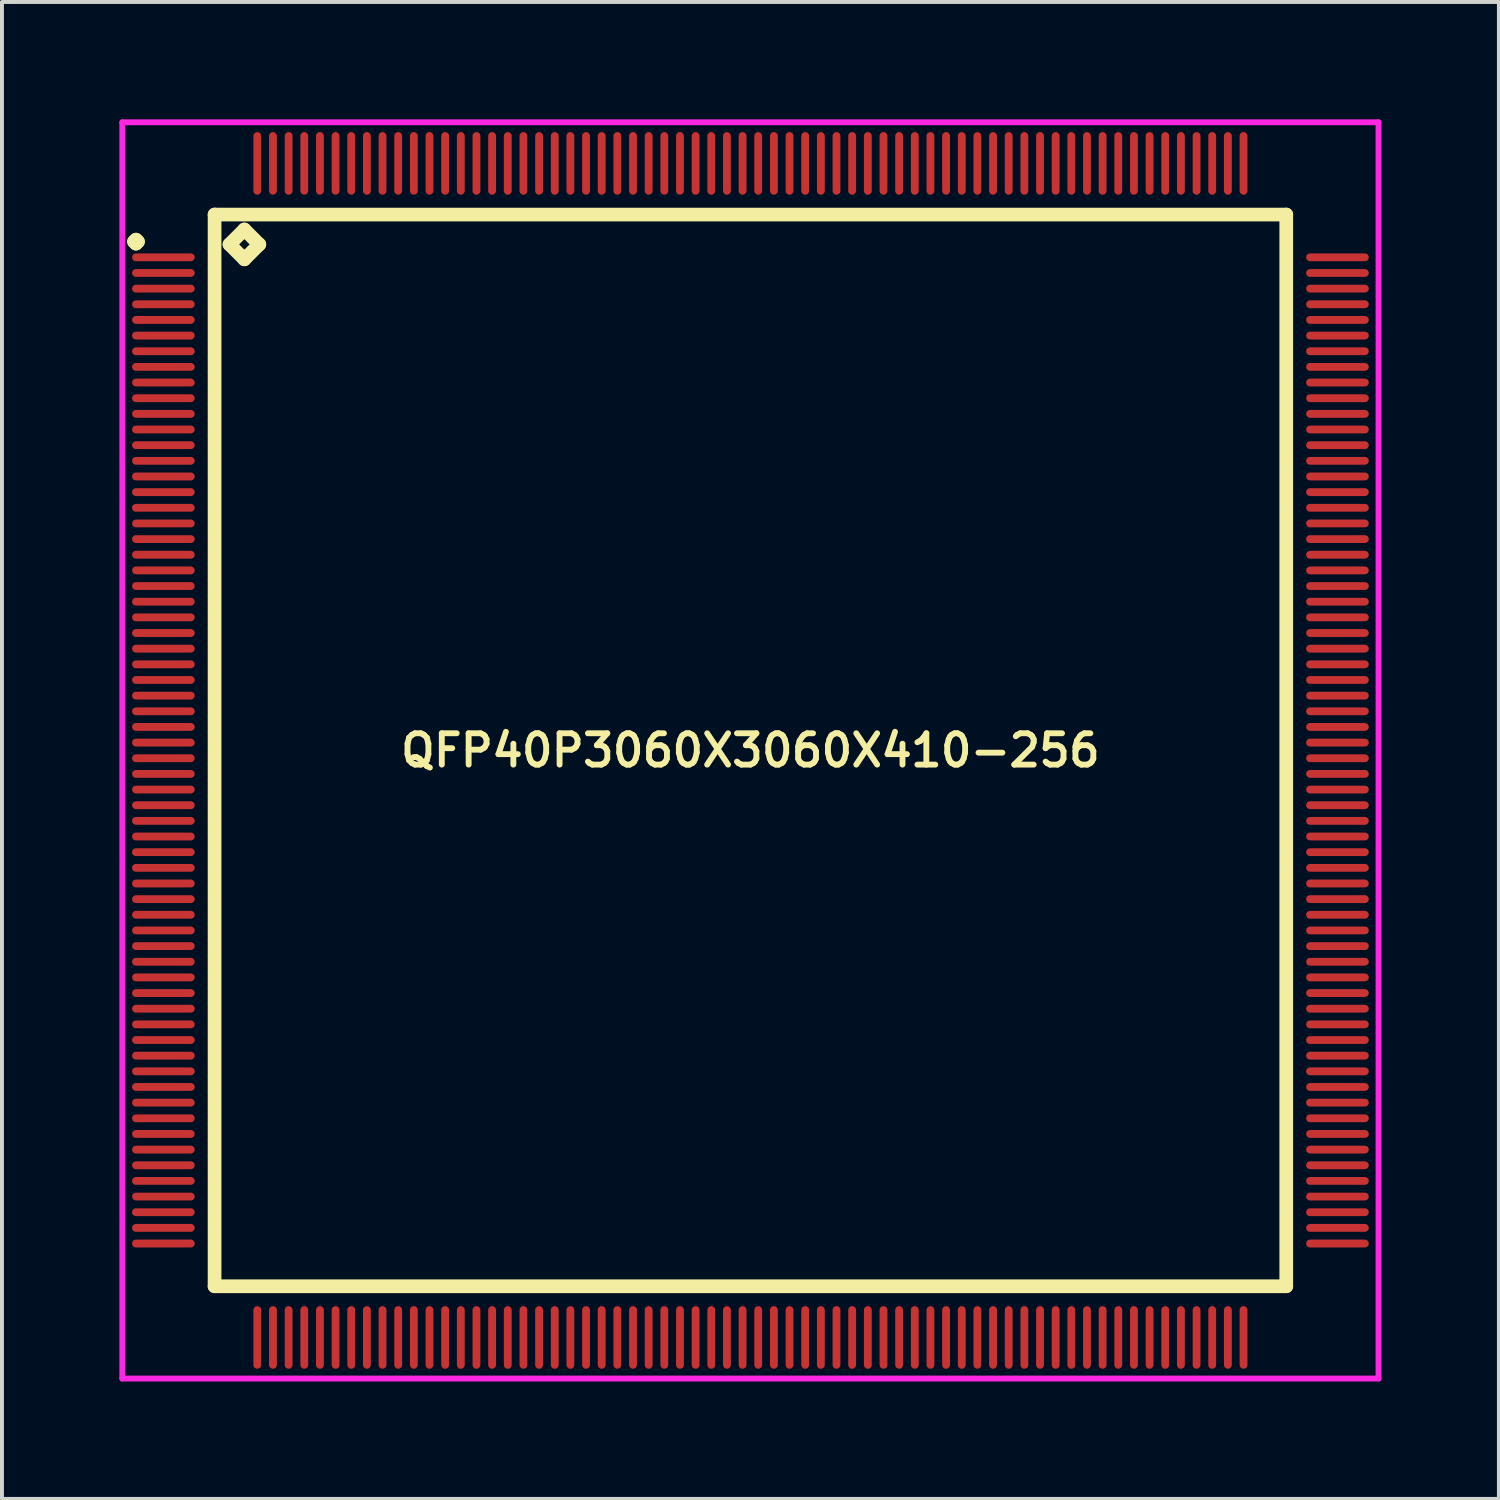
<source format=kicad_pcb>
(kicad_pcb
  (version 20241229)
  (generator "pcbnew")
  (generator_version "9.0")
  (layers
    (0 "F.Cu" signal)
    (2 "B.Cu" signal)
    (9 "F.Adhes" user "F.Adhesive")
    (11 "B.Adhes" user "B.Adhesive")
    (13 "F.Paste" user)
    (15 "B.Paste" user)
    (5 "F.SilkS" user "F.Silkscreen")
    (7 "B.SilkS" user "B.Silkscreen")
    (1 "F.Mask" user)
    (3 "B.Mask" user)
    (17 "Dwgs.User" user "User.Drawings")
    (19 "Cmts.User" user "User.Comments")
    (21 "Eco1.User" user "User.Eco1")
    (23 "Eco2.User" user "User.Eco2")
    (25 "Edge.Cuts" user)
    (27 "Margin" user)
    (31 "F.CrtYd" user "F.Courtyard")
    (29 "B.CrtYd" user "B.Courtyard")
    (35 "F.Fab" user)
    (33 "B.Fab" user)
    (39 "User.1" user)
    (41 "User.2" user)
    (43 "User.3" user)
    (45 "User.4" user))
  (footprint "QFP40P3060X3060X410-256"
    (layer "F.Cu")
    (at 16.125 16.125)
    (property "Reference" "QFP40P3060X3060X410-256" (at 0 0 0) (layer "F.SilkS") (effects (font (size 0.8 0.8) (thickness 0.15))))
    (attr smd)
    (fp_line (start -15.75 -13) (end -15.7 -13.05) (stroke (width 0.35) (type solid)) (layer "F.SilkS"))
    (fp_line (start -15.7 -13.05) (end -15.65 -13) (stroke (width 0.35) (type solid)) (layer "F.SilkS"))
    (fp_line (start -15.7 -12.95) (end -15.75 -13) (stroke (width 0.35) (type solid)) (layer "F.SilkS"))
    (fp_line (start -15.65 -13) (end -15.7 -12.95) (stroke (width 0.35) (type solid)) (layer "F.SilkS"))
    (fp_line (start -13.692 -13.692) (end -13.692 13.692) (stroke (width 0.35) (type solid)) (layer "F.SilkS"))
    (fp_line (start -13.692 13.692) (end 13.692 13.692) (stroke (width 0.35) (type solid)) (layer "F.SilkS"))
    (fp_line (start -13.311 -12.93) (end -12.93 -13.311) (stroke (width 0.35) (type solid)) (layer "F.SilkS"))
    (fp_line (start -12.93 -13.311) (end -12.549 -12.93) (stroke (width 0.35) (type solid)) (layer "F.SilkS"))
    (fp_line (start -12.93 -12.549) (end -13.311 -12.93) (stroke (width 0.35) (type solid)) (layer "F.SilkS"))
    (fp_line (start -12.549 -12.93) (end -12.93 -12.549) (stroke (width 0.35) (type solid)) (layer "F.SilkS"))
    (fp_line (start 13.692 -13.692) (end -13.692 -13.692) (stroke (width 0.35) (type solid)) (layer "F.SilkS"))
    (fp_line (start 13.692 13.692) (end 13.692 -13.692) (stroke (width 0.35) (type solid)) (layer "F.SilkS"))
    (fp_line (start -16.05 -16.05) (end 16.05 -16.05) (stroke (width 0.15) (type solid)) (layer "F.CrtYd"))
    (fp_line (start -16.05 16.05) (end -16.05 -16.05) (stroke (width 0.15) (type solid)) (layer "F.CrtYd"))
    (fp_line (start 16.05 -16.05) (end 16.05 16.05) (stroke (width 0.15) (type solid)) (layer "F.CrtYd"))
    (fp_line (start 16.05 16.05) (end -16.05 16.05) (stroke (width 0.15) (type solid)) (layer "F.CrtYd"))
    (pad "1" smd oval (at -15 -12.6) (size 1.6 0.2) (layers "F.Cu" "F.Mask" "F.Paste"))
    (pad "2" smd oval (at -15 -12.2) (size 1.6 0.2) (layers "F.Cu" "F.Mask" "F.Paste"))
    (pad "3" smd oval (at -15 -11.8) (size 1.6 0.2) (layers "F.Cu" "F.Mask" "F.Paste"))
    (pad "4" smd oval (at -15 -11.4) (size 1.6 0.2) (layers "F.Cu" "F.Mask" "F.Paste"))
    (pad "5" smd oval (at -15 -11) (size 1.6 0.2) (layers "F.Cu" "F.Mask" "F.Paste"))
    (pad "6" smd oval (at -15 -10.6) (size 1.6 0.2) (layers "F.Cu" "F.Mask" "F.Paste"))
    (pad "7" smd oval (at -15 -10.2) (size 1.6 0.2) (layers "F.Cu" "F.Mask" "F.Paste"))
    (pad "8" smd oval (at -15 -9.8) (size 1.6 0.2) (layers "F.Cu" "F.Mask" "F.Paste"))
    (pad "9" smd oval (at -15 -9.4) (size 1.6 0.2) (layers "F.Cu" "F.Mask" "F.Paste"))
    (pad "10" smd oval (at -15 -9) (size 1.6 0.2) (layers "F.Cu" "F.Mask" "F.Paste"))
    (pad "11" smd oval (at -15 -8.6) (size 1.6 0.2) (layers "F.Cu" "F.Mask" "F.Paste"))
    (pad "12" smd oval (at -15 -8.2) (size 1.6 0.2) (layers "F.Cu" "F.Mask" "F.Paste"))
    (pad "13" smd oval (at -15 -7.8) (size 1.6 0.2) (layers "F.Cu" "F.Mask" "F.Paste"))
    (pad "14" smd oval (at -15 -7.4) (size 1.6 0.2) (layers "F.Cu" "F.Mask" "F.Paste"))
    (pad "15" smd oval (at -15 -7) (size 1.6 0.2) (layers "F.Cu" "F.Mask" "F.Paste"))
    (pad "16" smd oval (at -15 -6.6) (size 1.6 0.2) (layers "F.Cu" "F.Mask" "F.Paste"))
    (pad "17" smd oval (at -15 -6.2) (size 1.6 0.2) (layers "F.Cu" "F.Mask" "F.Paste"))
    (pad "18" smd oval (at -15 -5.8) (size 1.6 0.2) (layers "F.Cu" "F.Mask" "F.Paste"))
    (pad "19" smd oval (at -15 -5.4) (size 1.6 0.2) (layers "F.Cu" "F.Mask" "F.Paste"))
    (pad "20" smd oval (at -15 -5) (size 1.6 0.2) (layers "F.Cu" "F.Mask" "F.Paste"))
    (pad "21" smd oval (at -15 -4.6) (size 1.6 0.2) (layers "F.Cu" "F.Mask" "F.Paste"))
    (pad "22" smd oval (at -15 -4.2) (size 1.6 0.2) (layers "F.Cu" "F.Mask" "F.Paste"))
    (pad "23" smd oval (at -15 -3.8) (size 1.6 0.2) (layers "F.Cu" "F.Mask" "F.Paste"))
    (pad "24" smd oval (at -15 -3.4) (size 1.6 0.2) (layers "F.Cu" "F.Mask" "F.Paste"))
    (pad "25" smd oval (at -15 -3) (size 1.6 0.2) (layers "F.Cu" "F.Mask" "F.Paste"))
    (pad "26" smd oval (at -15 -2.6) (size 1.6 0.2) (layers "F.Cu" "F.Mask" "F.Paste"))
    (pad "27" smd oval (at -15 -2.2) (size 1.6 0.2) (layers "F.Cu" "F.Mask" "F.Paste"))
    (pad "28" smd oval (at -15 -1.8) (size 1.6 0.2) (layers "F.Cu" "F.Mask" "F.Paste"))
    (pad "29" smd oval (at -15 -1.4) (size 1.6 0.2) (layers "F.Cu" "F.Mask" "F.Paste"))
    (pad "30" smd oval (at -15 -1) (size 1.6 0.2) (layers "F.Cu" "F.Mask" "F.Paste"))
    (pad "31" smd oval (at -15 -0.6) (size 1.6 0.2) (layers "F.Cu" "F.Mask" "F.Paste"))
    (pad "32" smd oval (at -15 -0.2) (size 1.6 0.2) (layers "F.Cu" "F.Mask" "F.Paste"))
    (pad "33" smd oval (at -15 0.2) (size 1.6 0.2) (layers "F.Cu" "F.Mask" "F.Paste"))
    (pad "34" smd oval (at -15 0.6) (size 1.6 0.2) (layers "F.Cu" "F.Mask" "F.Paste"))
    (pad "35" smd oval (at -15 1) (size 1.6 0.2) (layers "F.Cu" "F.Mask" "F.Paste"))
    (pad "36" smd oval (at -15 1.4) (size 1.6 0.2) (layers "F.Cu" "F.Mask" "F.Paste"))
    (pad "37" smd oval (at -15 1.8) (size 1.6 0.2) (layers "F.Cu" "F.Mask" "F.Paste"))
    (pad "38" smd oval (at -15 2.2) (size 1.6 0.2) (layers "F.Cu" "F.Mask" "F.Paste"))
    (pad "39" smd oval (at -15 2.6) (size 1.6 0.2) (layers "F.Cu" "F.Mask" "F.Paste"))
    (pad "40" smd oval (at -15 3) (size 1.6 0.2) (layers "F.Cu" "F.Mask" "F.Paste"))
    (pad "41" smd oval (at -15 3.4) (size 1.6 0.2) (layers "F.Cu" "F.Mask" "F.Paste"))
    (pad "42" smd oval (at -15 3.8) (size 1.6 0.2) (layers "F.Cu" "F.Mask" "F.Paste"))
    (pad "43" smd oval (at -15 4.2) (size 1.6 0.2) (layers "F.Cu" "F.Mask" "F.Paste"))
    (pad "44" smd oval (at -15 4.6) (size 1.6 0.2) (layers "F.Cu" "F.Mask" "F.Paste"))
    (pad "45" smd oval (at -15 5) (size 1.6 0.2) (layers "F.Cu" "F.Mask" "F.Paste"))
    (pad "46" smd oval (at -15 5.4) (size 1.6 0.2) (layers "F.Cu" "F.Mask" "F.Paste"))
    (pad "47" smd oval (at -15 5.8) (size 1.6 0.2) (layers "F.Cu" "F.Mask" "F.Paste"))
    (pad "48" smd oval (at -15 6.2) (size 1.6 0.2) (layers "F.Cu" "F.Mask" "F.Paste"))
    (pad "49" smd oval (at -15 6.6) (size 1.6 0.2) (layers "F.Cu" "F.Mask" "F.Paste"))
    (pad "50" smd oval (at -15 7) (size 1.6 0.2) (layers "F.Cu" "F.Mask" "F.Paste"))
    (pad "51" smd oval (at -15 7.4) (size 1.6 0.2) (layers "F.Cu" "F.Mask" "F.Paste"))
    (pad "52" smd oval (at -15 7.8) (size 1.6 0.2) (layers "F.Cu" "F.Mask" "F.Paste"))
    (pad "53" smd oval (at -15 8.2) (size 1.6 0.2) (layers "F.Cu" "F.Mask" "F.Paste"))
    (pad "54" smd oval (at -15 8.6) (size 1.6 0.2) (layers "F.Cu" "F.Mask" "F.Paste"))
    (pad "55" smd oval (at -15 9) (size 1.6 0.2) (layers "F.Cu" "F.Mask" "F.Paste"))
    (pad "56" smd oval (at -15 9.4) (size 1.6 0.2) (layers "F.Cu" "F.Mask" "F.Paste"))
    (pad "57" smd oval (at -15 9.8) (size 1.6 0.2) (layers "F.Cu" "F.Mask" "F.Paste"))
    (pad "58" smd oval (at -15 10.2) (size 1.6 0.2) (layers "F.Cu" "F.Mask" "F.Paste"))
    (pad "59" smd oval (at -15 10.6) (size 1.6 0.2) (layers "F.Cu" "F.Mask" "F.Paste"))
    (pad "60" smd oval (at -15 11) (size 1.6 0.2) (layers "F.Cu" "F.Mask" "F.Paste"))
    (pad "61" smd oval (at -15 11.4) (size 1.6 0.2) (layers "F.Cu" "F.Mask" "F.Paste"))
    (pad "62" smd oval (at -15 11.8) (size 1.6 0.2) (layers "F.Cu" "F.Mask" "F.Paste"))
    (pad "63" smd oval (at -15 12.2) (size 1.6 0.2) (layers "F.Cu" "F.Mask" "F.Paste"))
    (pad "64" smd oval (at -15 12.6) (size 1.6 0.2) (layers "F.Cu" "F.Mask" "F.Paste"))
    (pad "65" smd oval (at -12.6 15) (size 0.2 1.6) (layers "F.Cu" "F.Mask" "F.Paste"))
    (pad "66" smd oval (at -12.2 15) (size 0.2 1.6) (layers "F.Cu" "F.Mask" "F.Paste"))
    (pad "67" smd oval (at -11.8 15) (size 0.2 1.6) (layers "F.Cu" "F.Mask" "F.Paste"))
    (pad "68" smd oval (at -11.4 15) (size 0.2 1.6) (layers "F.Cu" "F.Mask" "F.Paste"))
    (pad "69" smd oval (at -11 15) (size 0.2 1.6) (layers "F.Cu" "F.Mask" "F.Paste"))
    (pad "70" smd oval (at -10.6 15) (size 0.2 1.6) (layers "F.Cu" "F.Mask" "F.Paste"))
    (pad "71" smd oval (at -10.2 15) (size 0.2 1.6) (layers "F.Cu" "F.Mask" "F.Paste"))
    (pad "72" smd oval (at -9.8 15) (size 0.2 1.6) (layers "F.Cu" "F.Mask" "F.Paste"))
    (pad "73" smd oval (at -9.4 15) (size 0.2 1.6) (layers "F.Cu" "F.Mask" "F.Paste"))
    (pad "74" smd oval (at -9 15) (size 0.2 1.6) (layers "F.Cu" "F.Mask" "F.Paste"))
    (pad "75" smd oval (at -8.6 15) (size 0.2 1.6) (layers "F.Cu" "F.Mask" "F.Paste"))
    (pad "76" smd oval (at -8.2 15) (size 0.2 1.6) (layers "F.Cu" "F.Mask" "F.Paste"))
    (pad "77" smd oval (at -7.8 15) (size 0.2 1.6) (layers "F.Cu" "F.Mask" "F.Paste"))
    (pad "78" smd oval (at -7.4 15) (size 0.2 1.6) (layers "F.Cu" "F.Mask" "F.Paste"))
    (pad "79" smd oval (at -7 15) (size 0.2 1.6) (layers "F.Cu" "F.Mask" "F.Paste"))
    (pad "80" smd oval (at -6.6 15) (size 0.2 1.6) (layers "F.Cu" "F.Mask" "F.Paste"))
    (pad "81" smd oval (at -6.2 15) (size 0.2 1.6) (layers "F.Cu" "F.Mask" "F.Paste"))
    (pad "82" smd oval (at -5.8 15) (size 0.2 1.6) (layers "F.Cu" "F.Mask" "F.Paste"))
    (pad "83" smd oval (at -5.4 15) (size 0.2 1.6) (layers "F.Cu" "F.Mask" "F.Paste"))
    (pad "84" smd oval (at -5 15) (size 0.2 1.6) (layers "F.Cu" "F.Mask" "F.Paste"))
    (pad "85" smd oval (at -4.6 15) (size 0.2 1.6) (layers "F.Cu" "F.Mask" "F.Paste"))
    (pad "86" smd oval (at -4.2 15) (size 0.2 1.6) (layers "F.Cu" "F.Mask" "F.Paste"))
    (pad "87" smd oval (at -3.8 15) (size 0.2 1.6) (layers "F.Cu" "F.Mask" "F.Paste"))
    (pad "88" smd oval (at -3.4 15) (size 0.2 1.6) (layers "F.Cu" "F.Mask" "F.Paste"))
    (pad "89" smd oval (at -3 15) (size 0.2 1.6) (layers "F.Cu" "F.Mask" "F.Paste"))
    (pad "90" smd oval (at -2.6 15) (size 0.2 1.6) (layers "F.Cu" "F.Mask" "F.Paste"))
    (pad "91" smd oval (at -2.2 15) (size 0.2 1.6) (layers "F.Cu" "F.Mask" "F.Paste"))
    (pad "92" smd oval (at -1.8 15) (size 0.2 1.6) (layers "F.Cu" "F.Mask" "F.Paste"))
    (pad "93" smd oval (at -1.4 15) (size 0.2 1.6) (layers "F.Cu" "F.Mask" "F.Paste"))
    (pad "94" smd oval (at -1 15) (size 0.2 1.6) (layers "F.Cu" "F.Mask" "F.Paste"))
    (pad "95" smd oval (at -0.6 15) (size 0.2 1.6) (layers "F.Cu" "F.Mask" "F.Paste"))
    (pad "96" smd oval (at -0.2 15) (size 0.2 1.6) (layers "F.Cu" "F.Mask" "F.Paste"))
    (pad "97" smd oval (at 0.2 15) (size 0.2 1.6) (layers "F.Cu" "F.Mask" "F.Paste"))
    (pad "98" smd oval (at 0.6 15) (size 0.2 1.6) (layers "F.Cu" "F.Mask" "F.Paste"))
    (pad "99" smd oval (at 1 15) (size 0.2 1.6) (layers "F.Cu" "F.Mask" "F.Paste"))
    (pad "100" smd oval (at 1.4 15) (size 0.2 1.6) (layers "F.Cu" "F.Mask" "F.Paste"))
    (pad "101" smd oval (at 1.8 15) (size 0.2 1.6) (layers "F.Cu" "F.Mask" "F.Paste"))
    (pad "102" smd oval (at 2.2 15) (size 0.2 1.6) (layers "F.Cu" "F.Mask" "F.Paste"))
    (pad "103" smd oval (at 2.6 15) (size 0.2 1.6) (layers "F.Cu" "F.Mask" "F.Paste"))
    (pad "104" smd oval (at 3 15) (size 0.2 1.6) (layers "F.Cu" "F.Mask" "F.Paste"))
    (pad "105" smd oval (at 3.4 15) (size 0.2 1.6) (layers "F.Cu" "F.Mask" "F.Paste"))
    (pad "106" smd oval (at 3.8 15) (size 0.2 1.6) (layers "F.Cu" "F.Mask" "F.Paste"))
    (pad "107" smd oval (at 4.2 15) (size 0.2 1.6) (layers "F.Cu" "F.Mask" "F.Paste"))
    (pad "108" smd oval (at 4.6 15) (size 0.2 1.6) (layers "F.Cu" "F.Mask" "F.Paste"))
    (pad "109" smd oval (at 5 15) (size 0.2 1.6) (layers "F.Cu" "F.Mask" "F.Paste"))
    (pad "110" smd oval (at 5.4 15) (size 0.2 1.6) (layers "F.Cu" "F.Mask" "F.Paste"))
    (pad "111" smd oval (at 5.8 15) (size 0.2 1.6) (layers "F.Cu" "F.Mask" "F.Paste"))
    (pad "112" smd oval (at 6.2 15) (size 0.2 1.6) (layers "F.Cu" "F.Mask" "F.Paste"))
    (pad "113" smd oval (at 6.6 15) (size 0.2 1.6) (layers "F.Cu" "F.Mask" "F.Paste"))
    (pad "114" smd oval (at 7 15) (size 0.2 1.6) (layers "F.Cu" "F.Mask" "F.Paste"))
    (pad "115" smd oval (at 7.4 15) (size 0.2 1.6) (layers "F.Cu" "F.Mask" "F.Paste"))
    (pad "116" smd oval (at 7.8 15) (size 0.2 1.6) (layers "F.Cu" "F.Mask" "F.Paste"))
    (pad "117" smd oval (at 8.2 15) (size 0.2 1.6) (layers "F.Cu" "F.Mask" "F.Paste"))
    (pad "118" smd oval (at 8.6 15) (size 0.2 1.6) (layers "F.Cu" "F.Mask" "F.Paste"))
    (pad "119" smd oval (at 9 15) (size 0.2 1.6) (layers "F.Cu" "F.Mask" "F.Paste"))
    (pad "120" smd oval (at 9.4 15) (size 0.2 1.6) (layers "F.Cu" "F.Mask" "F.Paste"))
    (pad "121" smd oval (at 9.8 15) (size 0.2 1.6) (layers "F.Cu" "F.Mask" "F.Paste"))
    (pad "122" smd oval (at 10.2 15) (size 0.2 1.6) (layers "F.Cu" "F.Mask" "F.Paste"))
    (pad "123" smd oval (at 10.6 15) (size 0.2 1.6) (layers "F.Cu" "F.Mask" "F.Paste"))
    (pad "124" smd oval (at 11 15) (size 0.2 1.6) (layers "F.Cu" "F.Mask" "F.Paste"))
    (pad "125" smd oval (at 11.4 15) (size 0.2 1.6) (layers "F.Cu" "F.Mask" "F.Paste"))
    (pad "126" smd oval (at 11.8 15) (size 0.2 1.6) (layers "F.Cu" "F.Mask" "F.Paste"))
    (pad "127" smd oval (at 12.2 15) (size 0.2 1.6) (layers "F.Cu" "F.Mask" "F.Paste"))
    (pad "128" smd oval (at 12.6 15) (size 0.2 1.6) (layers "F.Cu" "F.Mask" "F.Paste"))
    (pad "129" smd oval (at 15 12.6) (size 1.6 0.2) (layers "F.Cu" "F.Mask" "F.Paste"))
    (pad "130" smd oval (at 15 12.2) (size 1.6 0.2) (layers "F.Cu" "F.Mask" "F.Paste"))
    (pad "131" smd oval (at 15 11.8) (size 1.6 0.2) (layers "F.Cu" "F.Mask" "F.Paste"))
    (pad "132" smd oval (at 15 11.4) (size 1.6 0.2) (layers "F.Cu" "F.Mask" "F.Paste"))
    (pad "133" smd oval (at 15 11) (size 1.6 0.2) (layers "F.Cu" "F.Mask" "F.Paste"))
    (pad "134" smd oval (at 15 10.6) (size 1.6 0.2) (layers "F.Cu" "F.Mask" "F.Paste"))
    (pad "135" smd oval (at 15 10.2) (size 1.6 0.2) (layers "F.Cu" "F.Mask" "F.Paste"))
    (pad "136" smd oval (at 15 9.8) (size 1.6 0.2) (layers "F.Cu" "F.Mask" "F.Paste"))
    (pad "137" smd oval (at 15 9.4) (size 1.6 0.2) (layers "F.Cu" "F.Mask" "F.Paste"))
    (pad "138" smd oval (at 15 9) (size 1.6 0.2) (layers "F.Cu" "F.Mask" "F.Paste"))
    (pad "139" smd oval (at 15 8.6) (size 1.6 0.2) (layers "F.Cu" "F.Mask" "F.Paste"))
    (pad "140" smd oval (at 15 8.2) (size 1.6 0.2) (layers "F.Cu" "F.Mask" "F.Paste"))
    (pad "141" smd oval (at 15 7.8) (size 1.6 0.2) (layers "F.Cu" "F.Mask" "F.Paste"))
    (pad "142" smd oval (at 15 7.4) (size 1.6 0.2) (layers "F.Cu" "F.Mask" "F.Paste"))
    (pad "143" smd oval (at 15 7) (size 1.6 0.2) (layers "F.Cu" "F.Mask" "F.Paste"))
    (pad "144" smd oval (at 15 6.6) (size 1.6 0.2) (layers "F.Cu" "F.Mask" "F.Paste"))
    (pad "145" smd oval (at 15 6.2) (size 1.6 0.2) (layers "F.Cu" "F.Mask" "F.Paste"))
    (pad "146" smd oval (at 15 5.8) (size 1.6 0.2) (layers "F.Cu" "F.Mask" "F.Paste"))
    (pad "147" smd oval (at 15 5.4) (size 1.6 0.2) (layers "F.Cu" "F.Mask" "F.Paste"))
    (pad "148" smd oval (at 15 5) (size 1.6 0.2) (layers "F.Cu" "F.Mask" "F.Paste"))
    (pad "149" smd oval (at 15 4.6) (size 1.6 0.2) (layers "F.Cu" "F.Mask" "F.Paste"))
    (pad "150" smd oval (at 15 4.2) (size 1.6 0.2) (layers "F.Cu" "F.Mask" "F.Paste"))
    (pad "151" smd oval (at 15 3.8) (size 1.6 0.2) (layers "F.Cu" "F.Mask" "F.Paste"))
    (pad "152" smd oval (at 15 3.4) (size 1.6 0.2) (layers "F.Cu" "F.Mask" "F.Paste"))
    (pad "153" smd oval (at 15 3) (size 1.6 0.2) (layers "F.Cu" "F.Mask" "F.Paste"))
    (pad "154" smd oval (at 15 2.6) (size 1.6 0.2) (layers "F.Cu" "F.Mask" "F.Paste"))
    (pad "155" smd oval (at 15 2.2) (size 1.6 0.2) (layers "F.Cu" "F.Mask" "F.Paste"))
    (pad "156" smd oval (at 15 1.8) (size 1.6 0.2) (layers "F.Cu" "F.Mask" "F.Paste"))
    (pad "157" smd oval (at 15 1.4) (size 1.6 0.2) (layers "F.Cu" "F.Mask" "F.Paste"))
    (pad "158" smd oval (at 15 1) (size 1.6 0.2) (layers "F.Cu" "F.Mask" "F.Paste"))
    (pad "159" smd oval (at 15 0.6) (size 1.6 0.2) (layers "F.Cu" "F.Mask" "F.Paste"))
    (pad "160" smd oval (at 15 0.2) (size 1.6 0.2) (layers "F.Cu" "F.Mask" "F.Paste"))
    (pad "161" smd oval (at 15 -0.2) (size 1.6 0.2) (layers "F.Cu" "F.Mask" "F.Paste"))
    (pad "162" smd oval (at 15 -0.6) (size 1.6 0.2) (layers "F.Cu" "F.Mask" "F.Paste"))
    (pad "163" smd oval (at 15 -1) (size 1.6 0.2) (layers "F.Cu" "F.Mask" "F.Paste"))
    (pad "164" smd oval (at 15 -1.4) (size 1.6 0.2) (layers "F.Cu" "F.Mask" "F.Paste"))
    (pad "165" smd oval (at 15 -1.8) (size 1.6 0.2) (layers "F.Cu" "F.Mask" "F.Paste"))
    (pad "166" smd oval (at 15 -2.2) (size 1.6 0.2) (layers "F.Cu" "F.Mask" "F.Paste"))
    (pad "167" smd oval (at 15 -2.6) (size 1.6 0.2) (layers "F.Cu" "F.Mask" "F.Paste"))
    (pad "168" smd oval (at 15 -3) (size 1.6 0.2) (layers "F.Cu" "F.Mask" "F.Paste"))
    (pad "169" smd oval (at 15 -3.4) (size 1.6 0.2) (layers "F.Cu" "F.Mask" "F.Paste"))
    (pad "170" smd oval (at 15 -3.8) (size 1.6 0.2) (layers "F.Cu" "F.Mask" "F.Paste"))
    (pad "171" smd oval (at 15 -4.2) (size 1.6 0.2) (layers "F.Cu" "F.Mask" "F.Paste"))
    (pad "172" smd oval (at 15 -4.6) (size 1.6 0.2) (layers "F.Cu" "F.Mask" "F.Paste"))
    (pad "173" smd oval (at 15 -5) (size 1.6 0.2) (layers "F.Cu" "F.Mask" "F.Paste"))
    (pad "174" smd oval (at 15 -5.4) (size 1.6 0.2) (layers "F.Cu" "F.Mask" "F.Paste"))
    (pad "175" smd oval (at 15 -5.8) (size 1.6 0.2) (layers "F.Cu" "F.Mask" "F.Paste"))
    (pad "176" smd oval (at 15 -6.2) (size 1.6 0.2) (layers "F.Cu" "F.Mask" "F.Paste"))
    (pad "177" smd oval (at 15 -6.6) (size 1.6 0.2) (layers "F.Cu" "F.Mask" "F.Paste"))
    (pad "178" smd oval (at 15 -7) (size 1.6 0.2) (layers "F.Cu" "F.Mask" "F.Paste"))
    (pad "179" smd oval (at 15 -7.4) (size 1.6 0.2) (layers "F.Cu" "F.Mask" "F.Paste"))
    (pad "180" smd oval (at 15 -7.8) (size 1.6 0.2) (layers "F.Cu" "F.Mask" "F.Paste"))
    (pad "181" smd oval (at 15 -8.2) (size 1.6 0.2) (layers "F.Cu" "F.Mask" "F.Paste"))
    (pad "182" smd oval (at 15 -8.6) (size 1.6 0.2) (layers "F.Cu" "F.Mask" "F.Paste"))
    (pad "183" smd oval (at 15 -9) (size 1.6 0.2) (layers "F.Cu" "F.Mask" "F.Paste"))
    (pad "184" smd oval (at 15 -9.4) (size 1.6 0.2) (layers "F.Cu" "F.Mask" "F.Paste"))
    (pad "185" smd oval (at 15 -9.8) (size 1.6 0.2) (layers "F.Cu" "F.Mask" "F.Paste"))
    (pad "186" smd oval (at 15 -10.2) (size 1.6 0.2) (layers "F.Cu" "F.Mask" "F.Paste"))
    (pad "187" smd oval (at 15 -10.6) (size 1.6 0.2) (layers "F.Cu" "F.Mask" "F.Paste"))
    (pad "188" smd oval (at 15 -11) (size 1.6 0.2) (layers "F.Cu" "F.Mask" "F.Paste"))
    (pad "189" smd oval (at 15 -11.4) (size 1.6 0.2) (layers "F.Cu" "F.Mask" "F.Paste"))
    (pad "190" smd oval (at 15 -11.8) (size 1.6 0.2) (layers "F.Cu" "F.Mask" "F.Paste"))
    (pad "191" smd oval (at 15 -12.2) (size 1.6 0.2) (layers "F.Cu" "F.Mask" "F.Paste"))
    (pad "192" smd oval (at 15 -12.6) (size 1.6 0.2) (layers "F.Cu" "F.Mask" "F.Paste"))
    (pad "193" smd oval (at 12.6 -15) (size 0.2 1.6) (layers "F.Cu" "F.Mask" "F.Paste"))
    (pad "194" smd oval (at 12.2 -15) (size 0.2 1.6) (layers "F.Cu" "F.Mask" "F.Paste"))
    (pad "195" smd oval (at 11.8 -15) (size 0.2 1.6) (layers "F.Cu" "F.Mask" "F.Paste"))
    (pad "196" smd oval (at 11.4 -15) (size 0.2 1.6) (layers "F.Cu" "F.Mask" "F.Paste"))
    (pad "197" smd oval (at 11 -15) (size 0.2 1.6) (layers "F.Cu" "F.Mask" "F.Paste"))
    (pad "198" smd oval (at 10.6 -15) (size 0.2 1.6) (layers "F.Cu" "F.Mask" "F.Paste"))
    (pad "199" smd oval (at 10.2 -15) (size 0.2 1.6) (layers "F.Cu" "F.Mask" "F.Paste"))
    (pad "200" smd oval (at 9.8 -15) (size 0.2 1.6) (layers "F.Cu" "F.Mask" "F.Paste"))
    (pad "201" smd oval (at 9.4 -15) (size 0.2 1.6) (layers "F.Cu" "F.Mask" "F.Paste"))
    (pad "202" smd oval (at 9 -15) (size 0.2 1.6) (layers "F.Cu" "F.Mask" "F.Paste"))
    (pad "203" smd oval (at 8.6 -15) (size 0.2 1.6) (layers "F.Cu" "F.Mask" "F.Paste"))
    (pad "204" smd oval (at 8.2 -15) (size 0.2 1.6) (layers "F.Cu" "F.Mask" "F.Paste"))
    (pad "205" smd oval (at 7.8 -15) (size 0.2 1.6) (layers "F.Cu" "F.Mask" "F.Paste"))
    (pad "206" smd oval (at 7.4 -15) (size 0.2 1.6) (layers "F.Cu" "F.Mask" "F.Paste"))
    (pad "207" smd oval (at 7 -15) (size 0.2 1.6) (layers "F.Cu" "F.Mask" "F.Paste"))
    (pad "208" smd oval (at 6.6 -15) (size 0.2 1.6) (layers "F.Cu" "F.Mask" "F.Paste"))
    (pad "209" smd oval (at 6.2 -15) (size 0.2 1.6) (layers "F.Cu" "F.Mask" "F.Paste"))
    (pad "210" smd oval (at 5.8 -15) (size 0.2 1.6) (layers "F.Cu" "F.Mask" "F.Paste"))
    (pad "211" smd oval (at 5.4 -15) (size 0.2 1.6) (layers "F.Cu" "F.Mask" "F.Paste"))
    (pad "212" smd oval (at 5 -15) (size 0.2 1.6) (layers "F.Cu" "F.Mask" "F.Paste"))
    (pad "213" smd oval (at 4.6 -15) (size 0.2 1.6) (layers "F.Cu" "F.Mask" "F.Paste"))
    (pad "214" smd oval (at 4.2 -15) (size 0.2 1.6) (layers "F.Cu" "F.Mask" "F.Paste"))
    (pad "215" smd oval (at 3.8 -15) (size 0.2 1.6) (layers "F.Cu" "F.Mask" "F.Paste"))
    (pad "216" smd oval (at 3.4 -15) (size 0.2 1.6) (layers "F.Cu" "F.Mask" "F.Paste"))
    (pad "217" smd oval (at 3 -15) (size 0.2 1.6) (layers "F.Cu" "F.Mask" "F.Paste"))
    (pad "218" smd oval (at 2.6 -15) (size 0.2 1.6) (layers "F.Cu" "F.Mask" "F.Paste"))
    (pad "219" smd oval (at 2.2 -15) (size 0.2 1.6) (layers "F.Cu" "F.Mask" "F.Paste"))
    (pad "220" smd oval (at 1.8 -15) (size 0.2 1.6) (layers "F.Cu" "F.Mask" "F.Paste"))
    (pad "221" smd oval (at 1.4 -15) (size 0.2 1.6) (layers "F.Cu" "F.Mask" "F.Paste"))
    (pad "222" smd oval (at 1 -15) (size 0.2 1.6) (layers "F.Cu" "F.Mask" "F.Paste"))
    (pad "223" smd oval (at 0.6 -15) (size 0.2 1.6) (layers "F.Cu" "F.Mask" "F.Paste"))
    (pad "224" smd oval (at 0.2 -15) (size 0.2 1.6) (layers "F.Cu" "F.Mask" "F.Paste"))
    (pad "225" smd oval (at -0.2 -15) (size 0.2 1.6) (layers "F.Cu" "F.Mask" "F.Paste"))
    (pad "226" smd oval (at -0.6 -15) (size 0.2 1.6) (layers "F.Cu" "F.Mask" "F.Paste"))
    (pad "227" smd oval (at -1 -15) (size 0.2 1.6) (layers "F.Cu" "F.Mask" "F.Paste"))
    (pad "228" smd oval (at -1.4 -15) (size 0.2 1.6) (layers "F.Cu" "F.Mask" "F.Paste"))
    (pad "229" smd oval (at -1.8 -15) (size 0.2 1.6) (layers "F.Cu" "F.Mask" "F.Paste"))
    (pad "230" smd oval (at -2.2 -15) (size 0.2 1.6) (layers "F.Cu" "F.Mask" "F.Paste"))
    (pad "231" smd oval (at -2.6 -15) (size 0.2 1.6) (layers "F.Cu" "F.Mask" "F.Paste"))
    (pad "232" smd oval (at -3 -15) (size 0.2 1.6) (layers "F.Cu" "F.Mask" "F.Paste"))
    (pad "233" smd oval (at -3.4 -15) (size 0.2 1.6) (layers "F.Cu" "F.Mask" "F.Paste"))
    (pad "234" smd oval (at -3.8 -15) (size 0.2 1.6) (layers "F.Cu" "F.Mask" "F.Paste"))
    (pad "235" smd oval (at -4.2 -15) (size 0.2 1.6) (layers "F.Cu" "F.Mask" "F.Paste"))
    (pad "236" smd oval (at -4.6 -15) (size 0.2 1.6) (layers "F.Cu" "F.Mask" "F.Paste"))
    (pad "237" smd oval (at -5 -15) (size 0.2 1.6) (layers "F.Cu" "F.Mask" "F.Paste"))
    (pad "238" smd oval (at -5.4 -15) (size 0.2 1.6) (layers "F.Cu" "F.Mask" "F.Paste"))
    (pad "239" smd oval (at -5.8 -15) (size 0.2 1.6) (layers "F.Cu" "F.Mask" "F.Paste"))
    (pad "240" smd oval (at -6.2 -15) (size 0.2 1.6) (layers "F.Cu" "F.Mask" "F.Paste"))
    (pad "241" smd oval (at -6.6 -15) (size 0.2 1.6) (layers "F.Cu" "F.Mask" "F.Paste"))
    (pad "242" smd oval (at -7 -15) (size 0.2 1.6) (layers "F.Cu" "F.Mask" "F.Paste"))
    (pad "243" smd oval (at -7.4 -15) (size 0.2 1.6) (layers "F.Cu" "F.Mask" "F.Paste"))
    (pad "244" smd oval (at -7.8 -15) (size 0.2 1.6) (layers "F.Cu" "F.Mask" "F.Paste"))
    (pad "245" smd oval (at -8.2 -15) (size 0.2 1.6) (layers "F.Cu" "F.Mask" "F.Paste"))
    (pad "246" smd oval (at -8.6 -15) (size 0.2 1.6) (layers "F.Cu" "F.Mask" "F.Paste"))
    (pad "247" smd oval (at -9 -15) (size 0.2 1.6) (layers "F.Cu" "F.Mask" "F.Paste"))
    (pad "248" smd oval (at -9.4 -15) (size 0.2 1.6) (layers "F.Cu" "F.Mask" "F.Paste"))
    (pad "249" smd oval (at -9.8 -15) (size 0.2 1.6) (layers "F.Cu" "F.Mask" "F.Paste"))
    (pad "250" smd oval (at -10.2 -15) (size 0.2 1.6) (layers "F.Cu" "F.Mask" "F.Paste"))
    (pad "251" smd oval (at -10.6 -15) (size 0.2 1.6) (layers "F.Cu" "F.Mask" "F.Paste"))
    (pad "252" smd oval (at -11 -15) (size 0.2 1.6) (layers "F.Cu" "F.Mask" "F.Paste"))
    (pad "253" smd oval (at -11.4 -15) (size 0.2 1.6) (layers "F.Cu" "F.Mask" "F.Paste"))
    (pad "254" smd oval (at -11.8 -15) (size 0.2 1.6) (layers "F.Cu" "F.Mask" "F.Paste"))
    (pad "255" smd oval (at -12.2 -15) (size 0.2 1.6) (layers "F.Cu" "F.Mask" "F.Paste"))
    (pad "256" smd oval (at -12.6 -15) (size 0.2 1.6) (layers "F.Cu" "F.Mask" "F.Paste")))
  (gr_rect
    (start -3 -3)
    (end 35.25 35.25)
    (stroke (width 0.1) (type default))
    (fill no)
    (layer "Edge.Cuts")))
</source>
